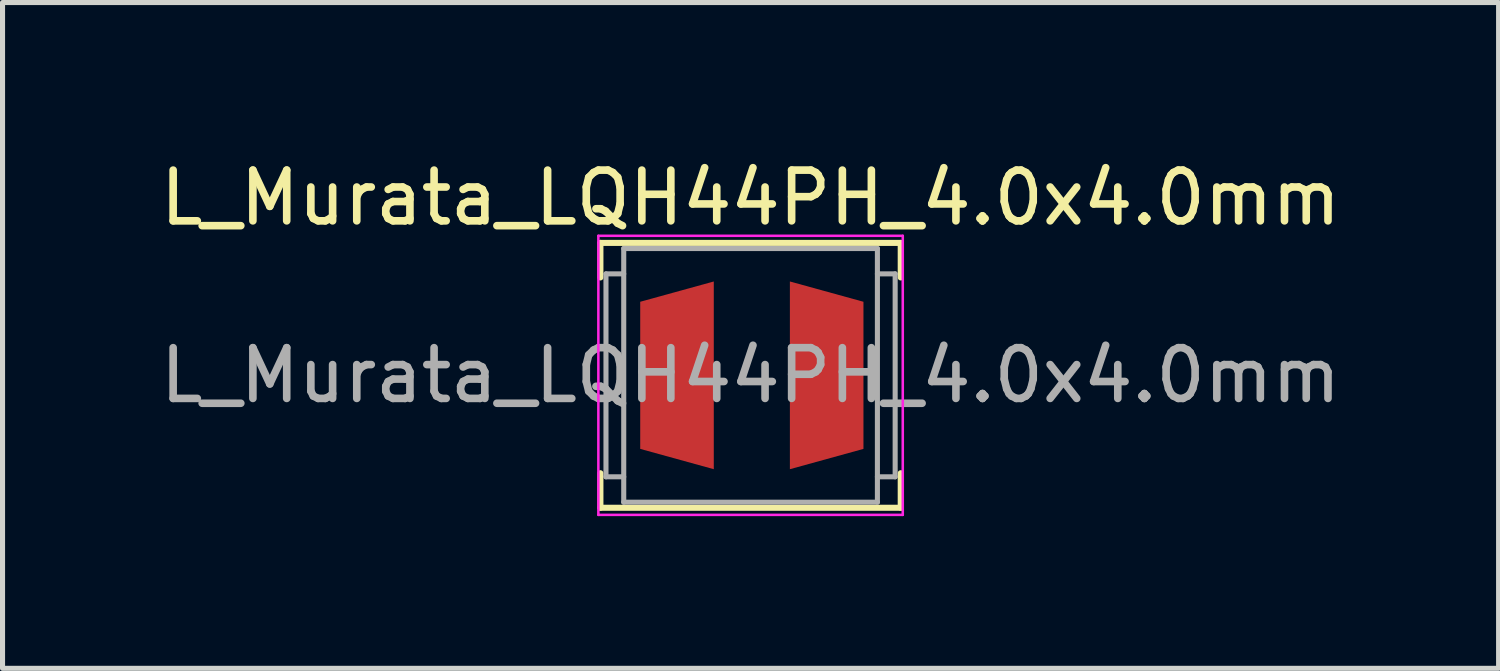
<source format=kicad_pcb>
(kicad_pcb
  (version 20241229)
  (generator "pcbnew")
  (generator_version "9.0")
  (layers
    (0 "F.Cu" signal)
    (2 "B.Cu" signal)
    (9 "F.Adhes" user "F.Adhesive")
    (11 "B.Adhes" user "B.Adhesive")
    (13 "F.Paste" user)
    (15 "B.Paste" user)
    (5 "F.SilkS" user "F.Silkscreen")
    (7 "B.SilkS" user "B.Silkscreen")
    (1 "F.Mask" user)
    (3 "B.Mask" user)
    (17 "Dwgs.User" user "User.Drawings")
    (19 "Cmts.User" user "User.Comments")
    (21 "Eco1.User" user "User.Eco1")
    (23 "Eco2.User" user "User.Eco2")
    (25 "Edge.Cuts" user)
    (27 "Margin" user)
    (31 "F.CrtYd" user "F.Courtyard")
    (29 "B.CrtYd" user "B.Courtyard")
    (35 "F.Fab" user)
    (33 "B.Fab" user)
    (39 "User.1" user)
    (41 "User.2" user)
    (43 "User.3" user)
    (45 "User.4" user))
  (footprint "L_Murata_LQH44PH_4.0x4.0mm"
    (layer "F.Cu")
    (at 11.744 4.348)
    (property "Reference" "L_Murata_LQH44PH_4.0x4.0mm" (at 0 -3.5 0) (layer "F.SilkS") (effects (font (size 1 1) (thickness 0.15))))
    (attr smd)
    (fp_line (start -2.96 -2.61) (end -2.96 -1.93) (stroke (width 0.12) (type solid)) (layer "F.SilkS"))
    (fp_line (start -2.96 -2.61) (end 2.96 -2.61) (stroke (width 0.12) (type solid)) (layer "F.SilkS"))
    (fp_line (start -2.96 1.93) (end -2.96 2.61) (stroke (width 0.12) (type solid)) (layer "F.SilkS"))
    (fp_line (start -2.96 2.61) (end 2.96 2.61) (stroke (width 0.12) (type solid)) (layer "F.SilkS"))
    (fp_line (start 2.96 -2.61) (end 2.96 -1.93) (stroke (width 0.12) (type solid)) (layer "F.SilkS"))
    (fp_line (start 2.96 1.93) (end 2.96 2.61) (stroke (width 0.12) (type solid)) (layer "F.SilkS"))
    (fp_line (start -3 -2.75) (end -3 2.75) (stroke (width 0.05) (type solid)) (layer "F.CrtYd"))
    (fp_line (start -3 2.75) (end 3 2.75) (stroke (width 0.05) (type solid)) (layer "F.CrtYd"))
    (fp_line (start 3 -2.75) (end -3 -2.75) (stroke (width 0.05) (type solid)) (layer "F.CrtYd"))
    (fp_line (start 3 2.75) (end 3 -2.75) (stroke (width 0.05) (type solid)) (layer "F.CrtYd"))
    (fp_line (start -2.85 -2) (end -2.85 2) (stroke (width 0.1) (type solid)) (layer "F.Fab"))
    (fp_line (start -2.85 -2) (end -2.5 -2) (stroke (width 0.1) (type solid)) (layer "F.Fab"))
    (fp_line (start -2.85 2) (end -2.5 2) (stroke (width 0.1) (type solid)) (layer "F.Fab"))
    (fp_line (start -2.5 -2.5) (end -2.5 2.5) (stroke (width 0.1) (type solid)) (layer "F.Fab"))
    (fp_line (start -2.5 -2.5) (end 2.5 -2.5) (stroke (width 0.1) (type solid)) (layer "F.Fab"))
    (fp_line (start -2.5 2.5) (end 2.5 2.5) (stroke (width 0.1) (type solid)) (layer "F.Fab"))
    (fp_line (start 2.5 -2.5) (end 2.5 2.5) (stroke (width 0.1) (type solid)) (layer "F.Fab"))
    (fp_line (start 2.85 -2) (end 2.5 -2) (stroke (width 0.1) (type solid)) (layer "F.Fab"))
    (fp_line (start 2.85 -2) (end 2.85 2) (stroke (width 0.1) (type solid)) (layer "F.Fab"))
    (fp_line (start 2.85 2) (end 2.5 2) (stroke (width 0.1) (type solid)) (layer "F.Fab"))
    (fp_text user "${REFERENCE}" (at 0 0 0) (layer "F.Fab") (effects (font (size 1 1) (thickness 0.15))))
    (pad "1" smd trapezoid (at -1.45 0 90) (size 3.3 1.45) (rect_delta 0 0.4) (layers "F.Cu" "F.Mask" "F.Paste"))
    (pad "2" smd trapezoid (at 1.5 0 270) (size 3.3 1.45) (rect_delta 0 0.4) (layers "F.Cu" "F.Mask" "F.Paste")))
  (gr_rect
    (start -3 -3)
    (end 26.488 10.123)
    (stroke (width 0.1) (type default))
    (fill no)
    (layer "Edge.Cuts")))
</source>
